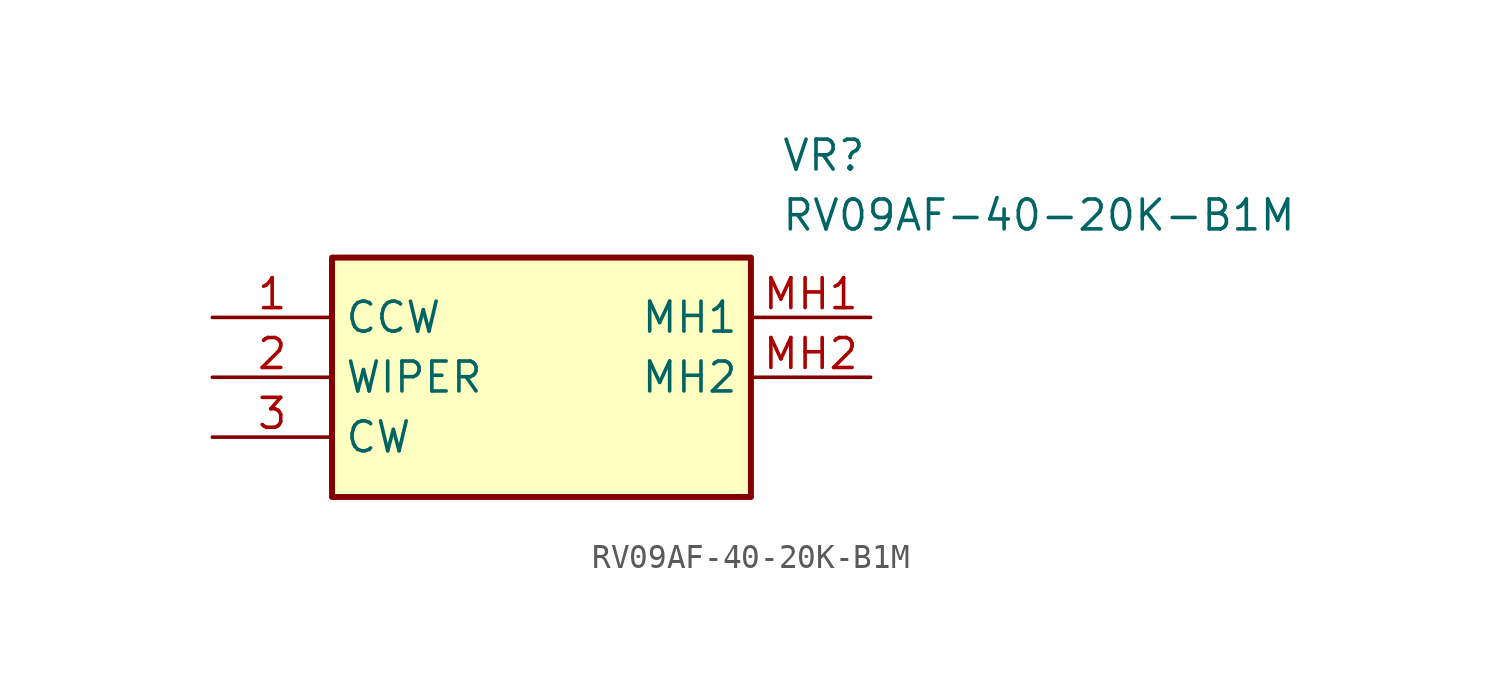
<source format=kicad_sym>
(kicad_symbol_lib
  (version 20211014)
  (generator SamacSys_ECAD_Model)
  (symbol "RV09AF-40-20K-B1M"
    (property "Reference" "VR"
      (at 24.13 7.62 0)
      (effects (font (size 1.27 1.27)) (justify left top)))
    (property "Value" "RV09AF-40-20K-B1M"
      (at 24.13 5.08 0)
      (effects (font (size 1.27 1.27)) (justify left top)))
    (rectangle
      (start 5.08 2.54)
      (end 22.86 -7.62)
      (stroke (width 0.254) (type default))
      (fill (type background)))
    (pin passive line
      (at 0 0 0)
      (length 5.08)
      (name "CCW" (effects (font (size 1.27 1.27))))
      (number "1" (effects (font (size 1.27 1.27)))))
    (pin passive line
      (at 0 -2.54 0)
      (length 5.08)
      (name "WIPER" (effects (font (size 1.27 1.27))))
      (number "2" (effects (font (size 1.27 1.27)))))
    (pin passive line
      (at 0 -5.08 0)
      (length 5.08)
      (name "CW" (effects (font (size 1.27 1.27))))
      (number "3" (effects (font (size 1.27 1.27)))))
    (pin passive line
      (at 27.94 0 180)
      (length 5.08)
      (name "MH1" (effects (font (size 1.27 1.27))))
      (number "MH1" (effects (font (size 1.27 1.27)))))
    (pin passive line
      (at 27.94 -2.54 180)
      (length 5.08)
      (name "MH2" (effects (font (size 1.27 1.27))))
      (number "MH2" (effects (font (size 1.27 1.27)))))))
</source>
